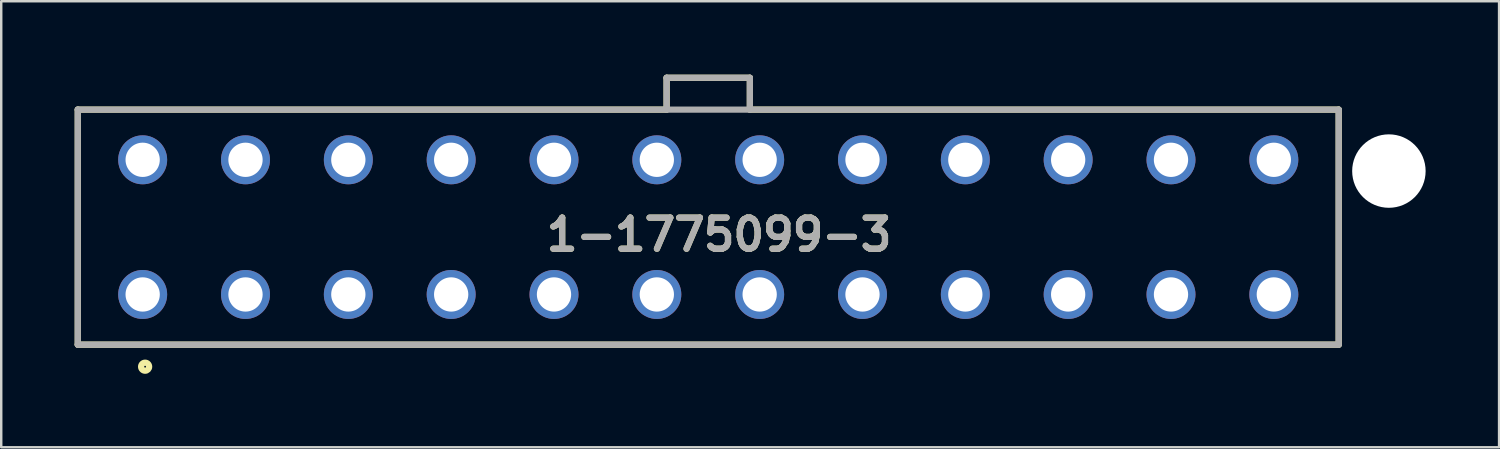
<source format=kicad_pcb>
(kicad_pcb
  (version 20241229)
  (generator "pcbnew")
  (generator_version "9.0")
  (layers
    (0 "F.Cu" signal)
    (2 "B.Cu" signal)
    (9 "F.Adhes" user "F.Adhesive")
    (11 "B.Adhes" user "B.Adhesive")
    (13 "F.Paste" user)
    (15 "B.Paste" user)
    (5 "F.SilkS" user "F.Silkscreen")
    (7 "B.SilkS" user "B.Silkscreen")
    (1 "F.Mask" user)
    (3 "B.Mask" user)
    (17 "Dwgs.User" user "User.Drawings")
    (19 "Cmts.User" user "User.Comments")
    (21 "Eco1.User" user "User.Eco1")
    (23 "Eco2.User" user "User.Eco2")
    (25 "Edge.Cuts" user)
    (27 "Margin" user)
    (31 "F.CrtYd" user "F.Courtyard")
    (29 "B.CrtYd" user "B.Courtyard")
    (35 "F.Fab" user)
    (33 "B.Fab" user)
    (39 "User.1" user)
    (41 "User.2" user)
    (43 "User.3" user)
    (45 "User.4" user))
  (footprint "1-1775099-3"
    (layer "F.Cu")
    (at 28.877 11.427)
    (property "Reference" "1-1775099-3" (at -2.556 -4.892 180) (layer "F.SilkS") (effects (font (size 1.27 1.27) (thickness 0.254))))
    (attr through_hole)
    (fp_line (start -28.75 -10) (end -4.7 -10) (stroke (width 0.254) (type solid)) (layer "F.SilkS"))
    (fp_line (start -28.75 -0.4) (end -28.75 -10) (stroke (width 0.254) (type solid)) (layer "F.SilkS"))
    (fp_line (start -4.7 -11.3) (end -1.3 -11.3) (stroke (width 0.254) (type solid)) (layer "F.SilkS"))
    (fp_line (start -4.7 -10) (end -4.7 -11.3) (stroke (width 0.254) (type solid)) (layer "F.SilkS"))
    (fp_line (start -1.3 -11.3) (end -1.3 -10) (stroke (width 0.254) (type solid)) (layer "F.SilkS"))
    (fp_line (start -1.3 -10) (end 22.75 -10) (stroke (width 0.254) (type solid)) (layer "F.SilkS"))
    (fp_line (start 22.75 -10) (end 22.75 -0.4) (stroke (width 0.254) (type solid)) (layer "F.SilkS"))
    (fp_line (start 22.75 -0.4) (end -28.75 -0.4) (stroke (width 0.254) (type solid)) (layer "F.SilkS"))
    (fp_circle (center -26 0.5) (end -26 0.336) (stroke (width 0.254) (type solid)) (fill no) (layer "F.SilkS"))
    (fp_line (start -28.75 -10) (end 22.75 -10) (stroke (width 0.254) (type solid)) (layer "F.Fab"))
    (fp_line (start -28.75 -0.4) (end -28.75 -10) (stroke (width 0.254) (type solid)) (layer "F.Fab"))
    (fp_line (start -4.7 -11.3) (end -4.7 -10) (stroke (width 0.254) (type solid)) (layer "F.Fab"))
    (fp_line (start -1.3 -11.3) (end -4.7 -11.3) (stroke (width 0.254) (type solid)) (layer "F.Fab"))
    (fp_line (start -1.3 -10) (end -1.3 -11.3) (stroke (width 0.254) (type solid)) (layer "F.Fab"))
    (fp_line (start 22.75 -10) (end 22.75 -0.4) (stroke (width 0.254) (type solid)) (layer "F.Fab"))
    (fp_line (start 22.75 -0.4) (end -28.75 -0.4) (stroke (width 0.254) (type solid)) (layer "F.Fab"))
    (fp_text user "${REFERENCE}" (at -2.556 -4.892 180) (layer "F.Fab") (effects (font (size 1.27 1.27) (thickness 0.254))))
    (pad "" np_thru_hole circle (at 24.8 -7.49 180) (size 3 3) (drill 3) (layers "*.Cu" "*.Mask"))
    (pad "1" thru_hole circle (at -26.1 -2.45 180) (size 2 2) (drill 1.4) (layers "*.Cu" "*.Mask"))
    (pad "2" thru_hole circle (at -21.9 -2.45 180) (size 2 2) (drill 1.4) (layers "*.Cu" "*.Mask"))
    (pad "3" thru_hole circle (at -17.7 -2.45 180) (size 2 2) (drill 1.4) (layers "*.Cu" "*.Mask"))
    (pad "4" thru_hole circle (at -13.5 -2.45 180) (size 2 2) (drill 1.4) (layers "*.Cu" "*.Mask"))
    (pad "5" thru_hole circle (at -9.3 -2.45 180) (size 2 2) (drill 1.4) (layers "*.Cu" "*.Mask"))
    (pad "6" thru_hole circle (at -5.1 -2.45 180) (size 2 2) (drill 1.4) (layers "*.Cu" "*.Mask"))
    (pad "7" thru_hole circle (at -0.9 -2.45 180) (size 2 2) (drill 1.4) (layers "*.Cu" "*.Mask"))
    (pad "8" thru_hole circle (at 3.3 -2.45 180) (size 2 2) (drill 1.4) (layers "*.Cu" "*.Mask"))
    (pad "9" thru_hole circle (at 7.5 -2.45 180) (size 2 2) (drill 1.4) (layers "*.Cu" "*.Mask"))
    (pad "10" thru_hole circle (at 11.7 -2.45 180) (size 2 2) (drill 1.4) (layers "*.Cu" "*.Mask"))
    (pad "11" thru_hole circle (at 15.9 -2.45 270) (size 2 2) (drill 1.4) (layers "*.Cu" "*.Mask"))
    (pad "12" thru_hole circle (at 20.1 -2.45 180) (size 2 2) (drill 1.4) (layers "*.Cu" "*.Mask"))
    (pad "13" thru_hole circle (at -26.1 -7.95 180) (size 2 2) (drill 1.4) (layers "*.Cu" "*.Mask"))
    (pad "14" thru_hole circle (at -21.9 -7.95 180) (size 2 2) (drill 1.4) (layers "*.Cu" "*.Mask"))
    (pad "15" thru_hole circle (at -17.7 -7.95 180) (size 2 2) (drill 1.4) (layers "*.Cu" "*.Mask"))
    (pad "16" thru_hole circle (at -13.5 -7.95 180) (size 2 2) (drill 1.4) (layers "*.Cu" "*.Mask"))
    (pad "17" thru_hole circle (at -9.3 -7.95 180) (size 2 2) (drill 1.4) (layers "*.Cu" "*.Mask"))
    (pad "18" thru_hole circle (at -5.1 -7.95 180) (size 2 2) (drill 1.4) (layers "*.Cu" "*.Mask"))
    (pad "19" thru_hole circle (at -0.9 -7.95 180) (size 2 2) (drill 1.4) (layers "*.Cu" "*.Mask"))
    (pad "20" thru_hole circle (at 3.3 -7.95 180) (size 2 2) (drill 1.4) (layers "*.Cu" "*.Mask"))
    (pad "21" thru_hole circle (at 7.5 -7.95 180) (size 2 2) (drill 1.4) (layers "*.Cu" "*.Mask"))
    (pad "22" thru_hole circle (at 11.7 -7.95 180) (size 2 2) (drill 1.4) (layers "*.Cu" "*.Mask"))
    (pad "23" thru_hole circle (at 15.9 -7.95 180) (size 2 2) (drill 1.4) (layers "*.Cu" "*.Mask"))
    (pad "24" thru_hole circle (at 20.1 -7.95 180) (size 2 2) (drill 1.4) (layers "*.Cu" "*.Mask")))
  (gr_rect
    (start -3 -3)
    (end 58.177 15.218)
    (stroke (width 0.1) (type default))
    (fill no)
    (layer "Edge.Cuts")))
</source>
